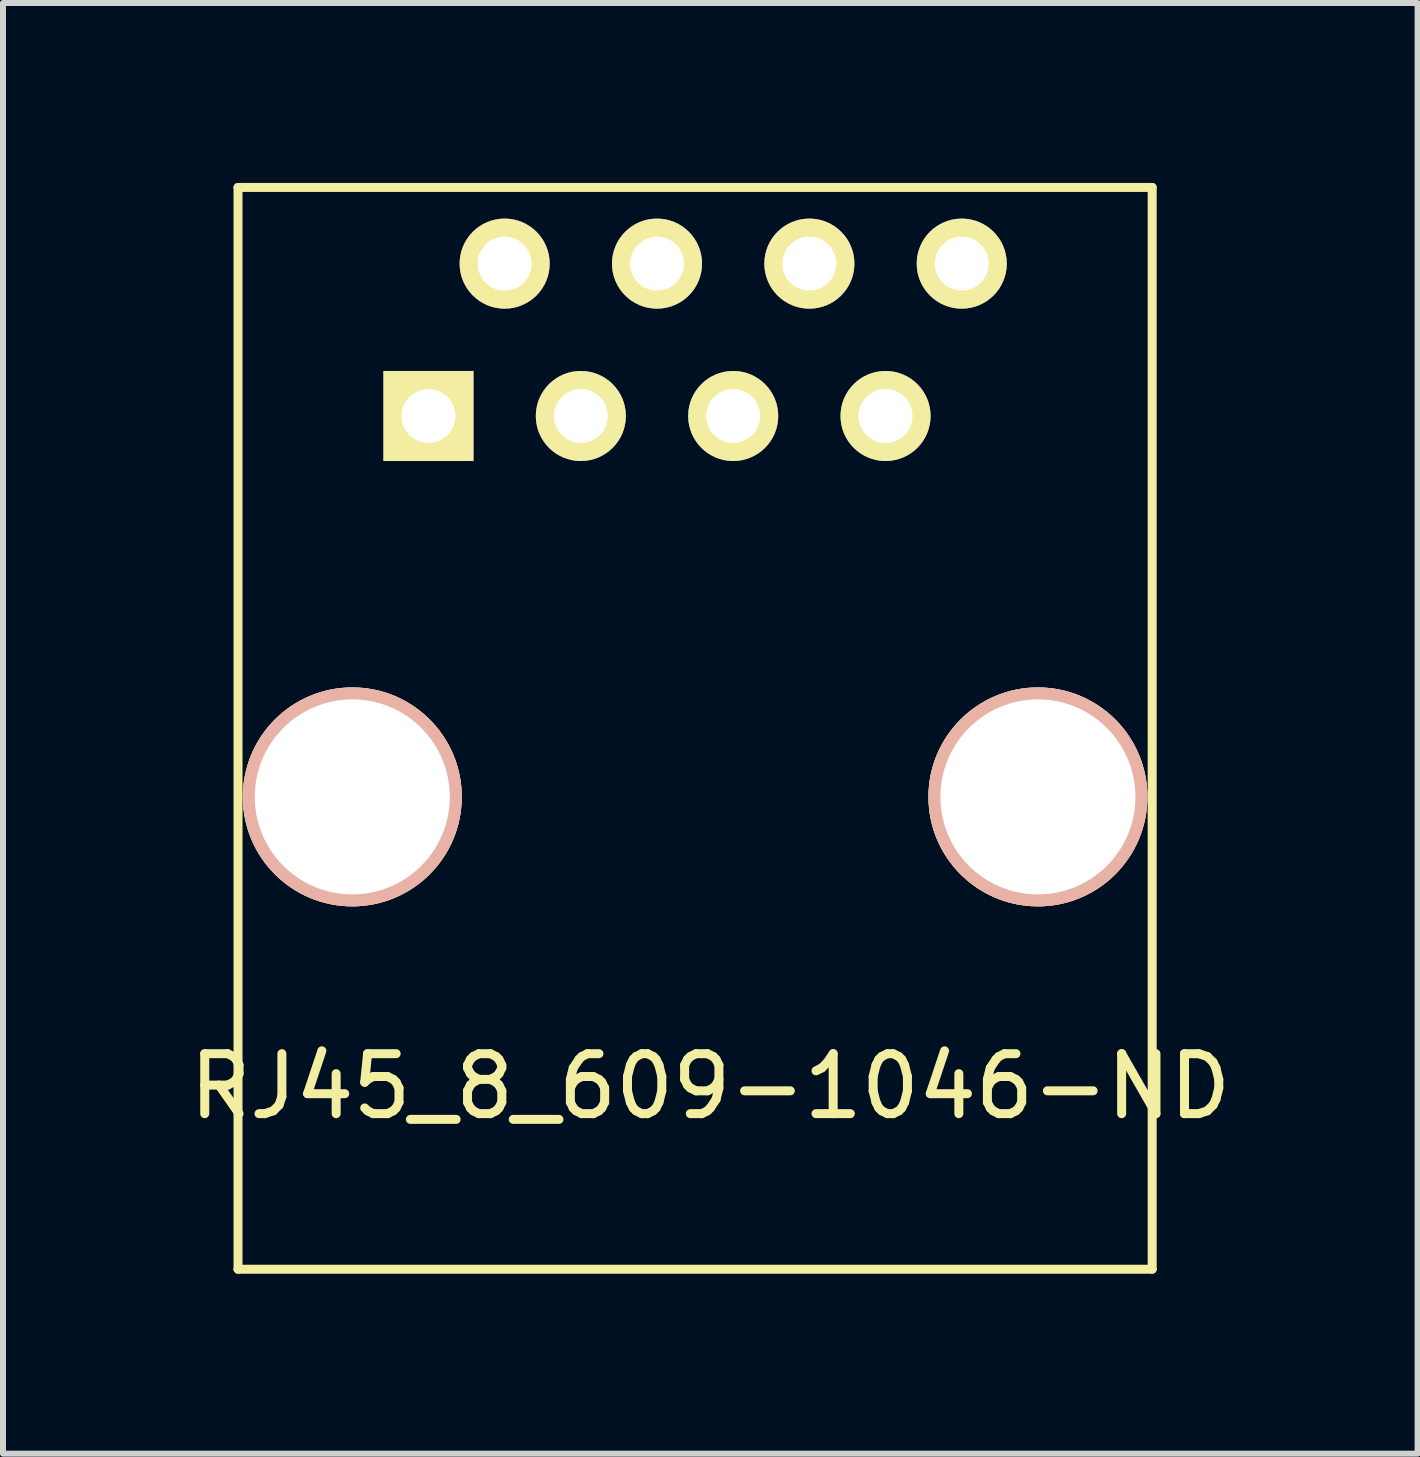
<source format=kicad_pcb>
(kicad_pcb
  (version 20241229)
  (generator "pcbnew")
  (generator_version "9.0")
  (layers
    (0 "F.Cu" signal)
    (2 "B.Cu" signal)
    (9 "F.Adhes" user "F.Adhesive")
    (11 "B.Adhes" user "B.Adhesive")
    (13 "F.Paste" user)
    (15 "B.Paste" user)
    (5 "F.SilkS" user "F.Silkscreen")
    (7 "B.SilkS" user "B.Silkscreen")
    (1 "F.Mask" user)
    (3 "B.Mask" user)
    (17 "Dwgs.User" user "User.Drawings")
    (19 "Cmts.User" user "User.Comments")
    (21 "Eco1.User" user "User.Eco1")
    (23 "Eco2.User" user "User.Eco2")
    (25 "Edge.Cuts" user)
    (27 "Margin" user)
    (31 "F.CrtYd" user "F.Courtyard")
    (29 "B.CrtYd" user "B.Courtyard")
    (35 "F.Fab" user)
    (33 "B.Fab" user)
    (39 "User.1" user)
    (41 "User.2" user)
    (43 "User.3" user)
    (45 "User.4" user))
  (footprint "RJ45_8_609-1046-ND"
    (layer "F.Cu")
    (at 8.538 10.235)
    (property "Reference" "RJ45_8_609-1046-ND" (at 0.254 4.826 0) (layer "F.SilkS") (effects (font (size 1 1) (thickness 0.15))))
    (attr through_hole)
    (fp_line (start -7.62 -10.16) (end -7.62 7.874) (stroke (width 0.15) (type solid)) (layer "F.SilkS"))
    (fp_line (start -7.62 7.874) (end 7.62 7.874) (stroke (width 0.15) (type solid)) (layer "F.SilkS"))
    (fp_line (start 7.62 -10.16) (end -7.62 -10.16) (stroke (width 0.15) (type solid)) (layer "F.SilkS"))
    (fp_line (start 7.62 7.874) (end 7.62 -10.16) (stroke (width 0.15) (type solid)) (layer "F.SilkS"))
    (pad "" np_thru_hole circle (at -5.715 0) (size 3.65 3.65) (drill 3.251) (layers "*.Cu" "*.SilkS" "*.Mask"))
    (pad "" np_thru_hole circle (at 5.715 0) (size 3.65 3.65) (drill 3.251) (layers "*.Cu" "*.SilkS" "*.Mask"))
    (pad "1" thru_hole rect (at -4.445 -6.35) (size 1.501 1.501) (drill 0.899) (layers "*.Cu" "*.Mask" "F.SilkS"))
    (pad "2" thru_hole circle (at -3.175 -8.89) (size 1.501 1.501) (drill 0.899) (layers "*.Cu" "*.Mask" "F.SilkS"))
    (pad "3" thru_hole circle (at -1.905 -6.35) (size 1.501 1.501) (drill 0.899) (layers "*.Cu" "*.Mask" "F.SilkS"))
    (pad "4" thru_hole circle (at -0.635 -8.89) (size 1.501 1.501) (drill 0.899) (layers "*.Cu" "*.Mask" "F.SilkS"))
    (pad "5" thru_hole circle (at 0.635 -6.35) (size 1.501 1.501) (drill 0.899) (layers "*.Cu" "*.Mask" "F.SilkS"))
    (pad "6" thru_hole circle (at 1.905 -8.89) (size 1.501 1.501) (drill 0.899) (layers "*.Cu" "*.Mask" "F.SilkS"))
    (pad "7" thru_hole circle (at 3.175 -6.35) (size 1.501 1.501) (drill 0.899) (layers "*.Cu" "*.Mask" "F.SilkS"))
    (pad "8" thru_hole circle (at 4.445 -8.89) (size 1.501 1.501) (drill 0.899) (layers "*.Cu" "*.Mask" "F.SilkS")))
  (gr_rect
    (start -3 -3)
    (end 20.583 21.184)
    (stroke (width 0.1) (type default))
    (fill no)
    (layer "Edge.Cuts")))
</source>
